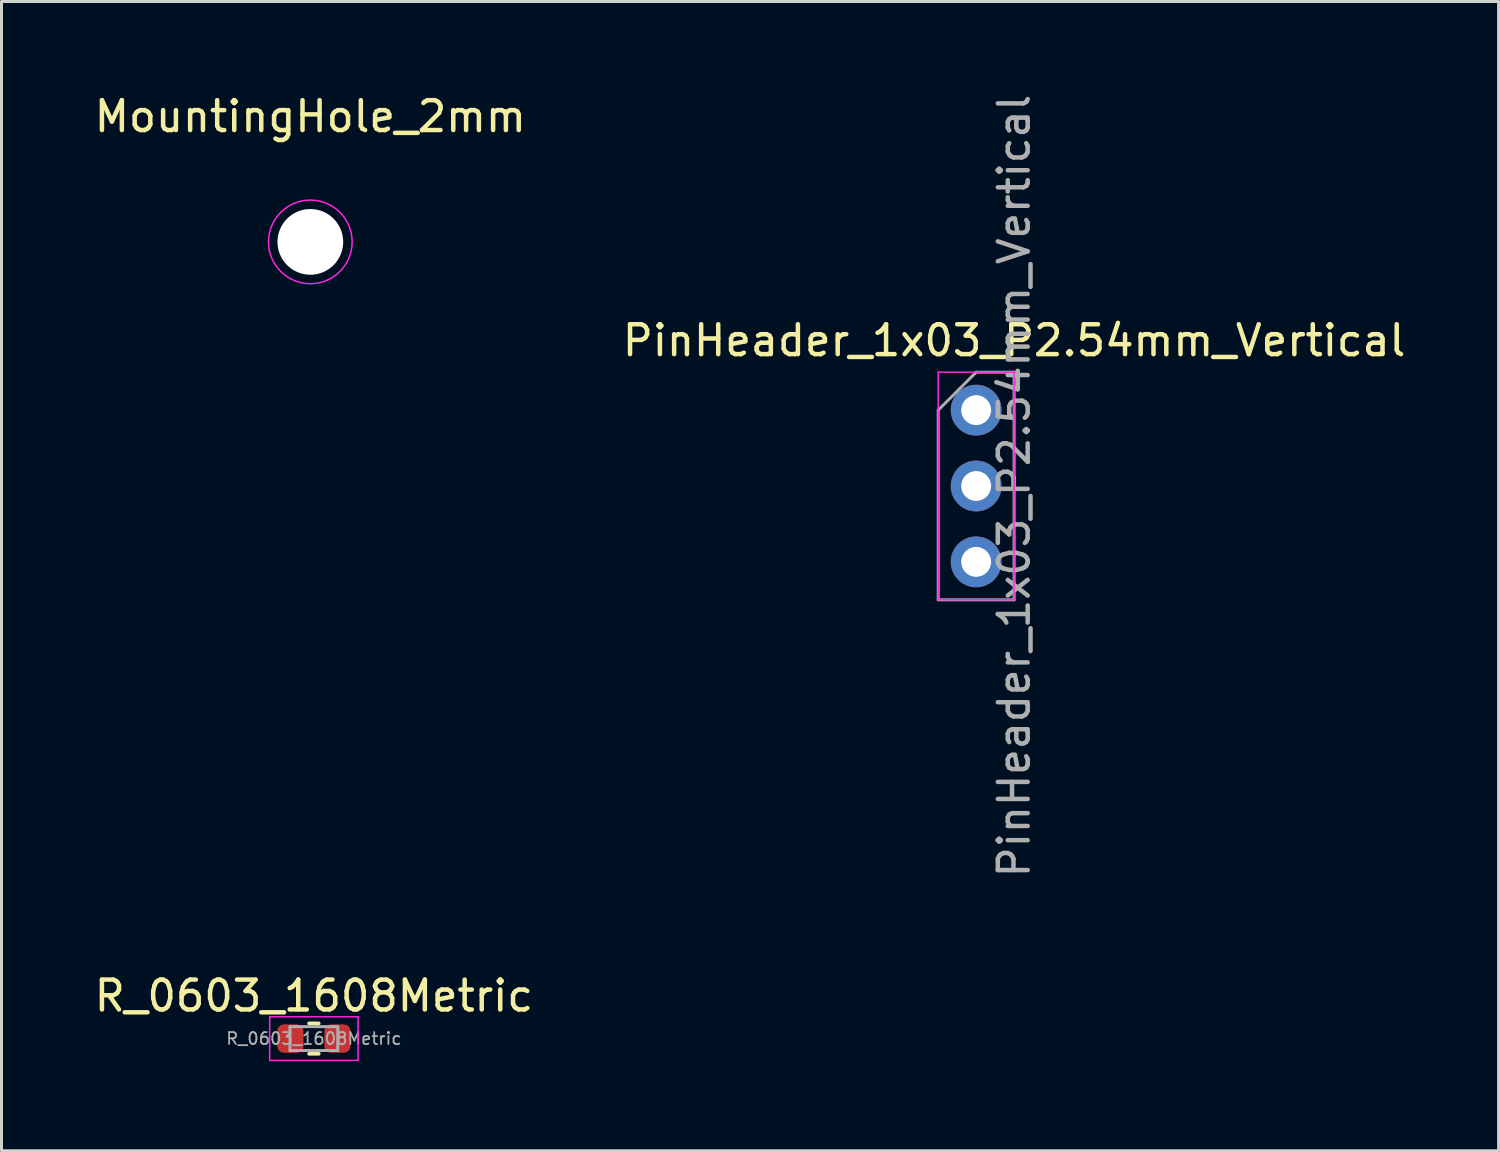
<source format=kicad_pcb>
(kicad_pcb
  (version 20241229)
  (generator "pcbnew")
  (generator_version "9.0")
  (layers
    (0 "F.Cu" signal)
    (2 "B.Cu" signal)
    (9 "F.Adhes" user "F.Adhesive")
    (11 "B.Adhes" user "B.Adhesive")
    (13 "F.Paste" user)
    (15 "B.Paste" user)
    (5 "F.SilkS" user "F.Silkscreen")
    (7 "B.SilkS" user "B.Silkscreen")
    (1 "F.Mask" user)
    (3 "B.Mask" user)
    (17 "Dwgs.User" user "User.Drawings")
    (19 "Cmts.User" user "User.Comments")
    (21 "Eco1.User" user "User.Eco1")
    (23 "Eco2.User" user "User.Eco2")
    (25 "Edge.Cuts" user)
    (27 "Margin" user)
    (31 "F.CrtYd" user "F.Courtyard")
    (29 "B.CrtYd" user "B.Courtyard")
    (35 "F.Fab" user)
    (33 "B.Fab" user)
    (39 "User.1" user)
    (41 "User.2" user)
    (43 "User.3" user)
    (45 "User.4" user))
  (footprint "PinHeader_1x03_P2.54mm_Vertical"
    (layer "F.Cu")
    (at 29.629 10.68)
    (property "Reference" "PinHeader_1x03_P2.54mm_Vertical" (at 1.27 -2.33 0) (layer "F.SilkS") (effects (font (size 1 1) (thickness 0.15))))
    (attr through_hole)
    (fp_line (start -1.27 -1.27) (end -1.27 6.35) (stroke (width 0.05) (type solid)) (layer "F.CrtYd"))
    (fp_line (start -1.27 6.35) (end 1.27 6.35) (stroke (width 0.05) (type solid)) (layer "F.CrtYd"))
    (fp_line (start 1.27 -1.27) (end -1.27 -1.27) (stroke (width 0.05) (type solid)) (layer "F.CrtYd"))
    (fp_line (start 1.27 6.35) (end 1.27 -1.27) (stroke (width 0.05) (type solid)) (layer "F.CrtYd"))
    (fp_line (start -1.27 0) (end 0 -1.27) (stroke (width 0.1) (type solid)) (layer "F.Fab"))
    (fp_line (start -1.27 6.35) (end -1.27 0) (stroke (width 0.1) (type solid)) (layer "F.Fab"))
    (fp_line (start 0 -1.27) (end 1.27 -1.27) (stroke (width 0.1) (type solid)) (layer "F.Fab"))
    (fp_line (start 1.27 -1.27) (end 1.27 6.35) (stroke (width 0.1) (type solid)) (layer "F.Fab"))
    (fp_line (start 1.27 6.35) (end -1.27 6.35) (stroke (width 0.1) (type solid)) (layer "F.Fab"))
    (fp_text user "${REFERENCE}" (at 1.27 2.54 90) (layer "F.Fab") (effects (font (size 1 1) (thickness 0.15))))
    (pad "1" thru_hole circle (at 0 0) (size 1.7 1.7) (drill 1) (layers "*.Cu" "*.Mask"))
    (pad "2" thru_hole oval (at 0 2.54) (size 1.7 1.7) (drill 1) (layers "*.Cu" "*.Mask"))
    (pad "3" thru_hole oval (at 0 5.08) (size 1.7 1.7) (drill 1) (layers "*.Cu" "*.Mask")))
  (footprint "R_0603_1608Metric"
    (layer "F.Cu")
    (at 7.458 31.719)
    (property "Reference" "R_0603_1608Metric" (at 0 -1.43 0) (layer "F.SilkS") (effects (font (size 1 1) (thickness 0.15))))
    (attr smd)
    (fp_line (start -0.163 -0.51) (end 0.163 -0.51) (stroke (width 0.12) (type solid)) (layer "F.SilkS"))
    (fp_line (start -0.163 0.51) (end 0.163 0.51) (stroke (width 0.12) (type solid)) (layer "F.SilkS"))
    (fp_line (start -1.48 -0.73) (end 1.48 -0.73) (stroke (width 0.05) (type solid)) (layer "F.CrtYd"))
    (fp_line (start -1.48 0.73) (end -1.48 -0.73) (stroke (width 0.05) (type solid)) (layer "F.CrtYd"))
    (fp_line (start 1.48 -0.73) (end 1.48 0.73) (stroke (width 0.05) (type solid)) (layer "F.CrtYd"))
    (fp_line (start 1.48 0.73) (end -1.48 0.73) (stroke (width 0.05) (type solid)) (layer "F.CrtYd"))
    (fp_line (start -0.8 -0.4) (end 0.8 -0.4) (stroke (width 0.1) (type solid)) (layer "F.Fab"))
    (fp_line (start -0.8 0.4) (end -0.8 -0.4) (stroke (width 0.1) (type solid)) (layer "F.Fab"))
    (fp_line (start 0.8 -0.4) (end 0.8 0.4) (stroke (width 0.1) (type solid)) (layer "F.Fab"))
    (fp_line (start 0.8 0.4) (end -0.8 0.4) (stroke (width 0.1) (type solid)) (layer "F.Fab"))
    (fp_text user "${REFERENCE}" (at 0 0 0) (layer "F.Fab") (effects (font (size 0.4 0.4) (thickness 0.06))))
    (pad "1" smd roundrect (at -0.787 0) (size 0.875 0.95) (layers "F.Cu" "F.Mask" "F.Paste") (roundrect_rratio 0.25))
    (pad "2" smd roundrect (at 0.787 0) (size 0.875 0.95) (layers "F.Cu" "F.Mask" "F.Paste") (roundrect_rratio 0.25)))
  (footprint "MountingHole_2mm"
    (layer "F.Cu")
    (at 7.339 5.048)
    (property "Reference" "MountingHole_2mm" (at 0 -4.2 0) (layer "F.SilkS") (effects (font (size 1 1) (thickness 0.15))))
    (attr exclude_from_pos_files exclude_from_bom)
    (fp_circle (center 0 0) (end 1.4 0) (stroke (width 0.05) (type solid)) (fill no) (layer "F.CrtYd"))
    (pad "" np_thru_hole circle (at 0 0) (size 2.2 2.2) (drill 2.2) (layers "*.Cu" "*.Mask")))
  (gr_rect
    (start -3 -3)
    (end 47.119 35.474)
    (stroke (width 0.1) (type default))
    (fill no)
    (layer "Edge.Cuts")))
</source>
